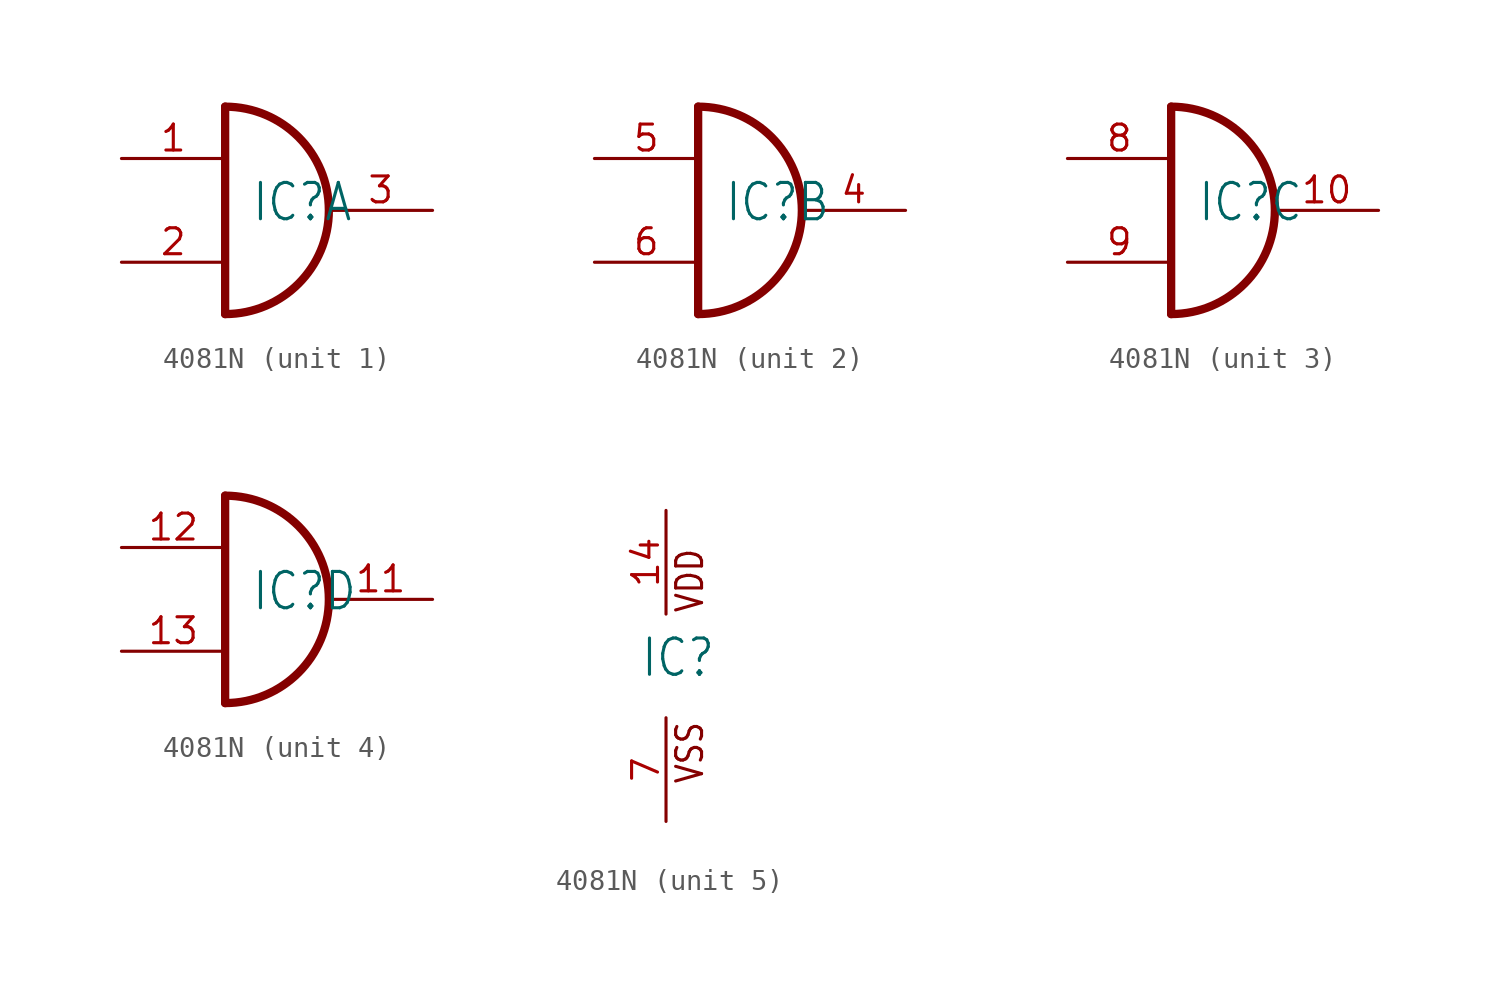
<source format=kicad_sym>
(kicad_symbol_lib
  (version 20211014)
  (generator kicad_symbol_editor)
  (symbol "4081N"
    (property "Reference" "IC"
      (at -1.27 -0.635 0)
      (effects (font (size 1.778 1.511)) (justify left bottom)))
    (property "ki_locked" ""
      (at 0 0 0)
      (effects (font (size 1.27 1.27))))
    (symbol "4081N_1_0"
      (arc (start -2.54 -5.08) (mid 2.54 0) (end -2.54 5.08) (stroke (width 0.4064) (type default) (color 0 0 0 0)) (fill (type none)))
      (polyline (pts (xy -2.54 5.08) (xy -2.54 -5.08)) (stroke (width 0.406) (type default) (color 0 0 0 0)) (fill (type none)))
      (pin input line (at -7.62 2.54 0) (length 5.08) (name "I0" (effects (font (size 0 0)))) (number "1" (effects (font (size 1.27 1.27)))))
      (pin input line (at -7.62 -2.54 0) (length 5.08) (name "I1" (effects (font (size 0 0)))) (number "2" (effects (font (size 1.27 1.27)))))
      (pin output line (at 7.62 0 180) (length 5.08) (name "O" (effects (font (size 0 0)))) (number "3" (effects (font (size 1.27 1.27))))))
    (symbol "4081N_2_0"
      (arc (start -2.54 -5.08) (mid 2.54 0) (end -2.54 5.08) (stroke (width 0.4064) (type default) (color 0 0 0 0)) (fill (type none)))
      (polyline (pts (xy -2.54 5.08) (xy -2.54 -5.08)) (stroke (width 0.406) (type default) (color 0 0 0 0)) (fill (type none)))
      (pin output line (at 7.62 0 180) (length 5.08) (name "O" (effects (font (size 0 0)))) (number "4" (effects (font (size 1.27 1.27)))))
      (pin input line (at -7.62 2.54 0) (length 5.08) (name "I0" (effects (font (size 0 0)))) (number "5" (effects (font (size 1.27 1.27)))))
      (pin input line (at -7.62 -2.54 0) (length 5.08) (name "I1" (effects (font (size 0 0)))) (number "6" (effects (font (size 1.27 1.27))))))
    (symbol "4081N_3_0"
      (arc (start -2.54 -5.08) (mid 2.54 0) (end -2.54 5.08) (stroke (width 0.4064) (type default) (color 0 0 0 0)) (fill (type none)))
      (polyline (pts (xy -2.54 5.08) (xy -2.54 -5.08)) (stroke (width 0.406) (type default) (color 0 0 0 0)) (fill (type none)))
      (pin output line (at 7.62 0 180) (length 5.08) (name "O" (effects (font (size 0 0)))) (number "10" (effects (font (size 1.27 1.27)))))
      (pin input line (at -7.62 2.54 0) (length 5.08) (name "I0" (effects (font (size 0 0)))) (number "8" (effects (font (size 1.27 1.27)))))
      (pin input line (at -7.62 -2.54 0) (length 5.08) (name "I1" (effects (font (size 0 0)))) (number "9" (effects (font (size 1.27 1.27))))))
    (symbol "4081N_4_0"
      (arc (start -2.54 -5.08) (mid 2.54 0) (end -2.54 5.08) (stroke (width 0.4064) (type default) (color 0 0 0 0)) (fill (type none)))
      (polyline (pts (xy -2.54 5.08) (xy -2.54 -5.08)) (stroke (width 0.406) (type default) (color 0 0 0 0)) (fill (type none)))
      (pin output line (at 7.62 0 180) (length 5.08) (name "O" (effects (font (size 0 0)))) (number "11" (effects (font (size 1.27 1.27)))))
      (pin input line (at -7.62 2.54 0) (length 5.08) (name "I0" (effects (font (size 0 0)))) (number "12" (effects (font (size 1.27 1.27)))))
      (pin input line (at -7.62 -2.54 0) (length 5.08) (name "I1" (effects (font (size 0 0)))) (number "13" (effects (font (size 1.27 1.27))))))
    (symbol "4081N_5_0"
      (text "VDD" (at 1.905 2.54 900) (effects (font (size 1.27 1.079)) (justify left bottom)))
      (text "VSS" (at 1.905 -5.842 900) (effects (font (size 1.27 1.079)) (justify left bottom)))
      (pin power_in line (at 0 7.62 270) (length 5.08) (name "VDD" (effects (font (size 0 0)))) (number "14" (effects (font (size 1.27 1.27)))))
      (pin power_in line (at 0 -7.62 90) (length 5.08) (name "VSS" (effects (font (size 0 0)))) (number "7" (effects (font (size 1.27 1.27))))))))
</source>
